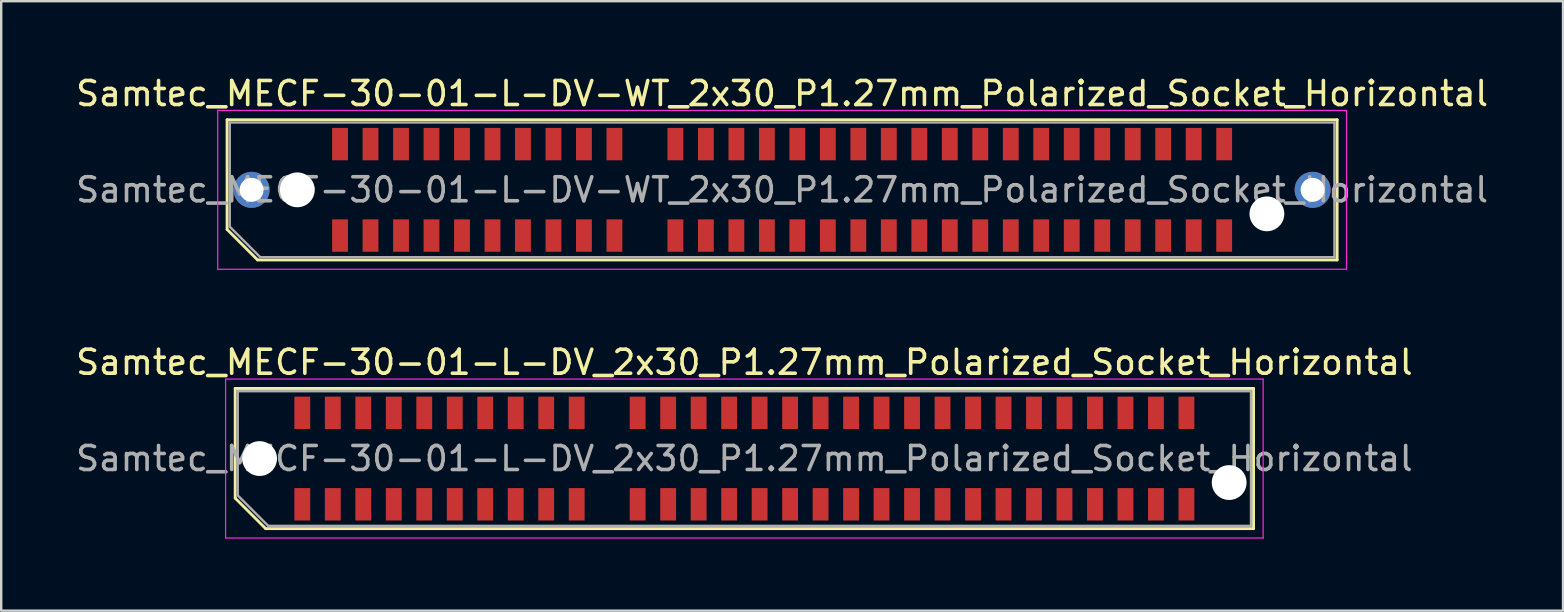
<source format=kicad_pcb>
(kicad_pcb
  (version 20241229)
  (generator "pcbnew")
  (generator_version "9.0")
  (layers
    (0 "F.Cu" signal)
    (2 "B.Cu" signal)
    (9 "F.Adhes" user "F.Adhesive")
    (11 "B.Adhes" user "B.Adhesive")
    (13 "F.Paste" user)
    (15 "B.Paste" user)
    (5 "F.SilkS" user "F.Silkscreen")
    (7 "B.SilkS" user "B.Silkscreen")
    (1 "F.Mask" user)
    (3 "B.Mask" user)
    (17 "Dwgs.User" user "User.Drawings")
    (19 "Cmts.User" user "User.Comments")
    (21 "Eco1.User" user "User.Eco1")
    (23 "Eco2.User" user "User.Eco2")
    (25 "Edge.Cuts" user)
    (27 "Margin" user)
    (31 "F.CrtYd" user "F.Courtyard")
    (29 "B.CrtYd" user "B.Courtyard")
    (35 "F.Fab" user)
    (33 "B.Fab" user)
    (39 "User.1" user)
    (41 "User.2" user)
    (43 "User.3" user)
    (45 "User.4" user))
  (footprint "Samtec_MECF-30-01-L-DV_2x30_P1.27mm_Polarized_Socket_Horizontal"
    (layer "F.Cu")
    (at 27.958 16.052)
    (property "Reference" "Samtec_MECF-30-01-L-DV_2x30_P1.27mm_Polarized_Socket_Horizontal" (at 0 -4.01 0) (layer "F.SilkS") (effects (font (size 1 1) (thickness 0.15))))
    (attr smd)
    (fp_line (start -21.21 -2.92) (end 21.21 -2.92) (stroke (width 0.12) (type solid)) (layer "F.SilkS"))
    (fp_line (start -21.21 1.65) (end -21.21 -2.92) (stroke (width 0.12) (type solid)) (layer "F.SilkS"))
    (fp_line (start -19.94 2.92) (end -21.21 1.65) (stroke (width 0.12) (type solid)) (layer "F.SilkS"))
    (fp_line (start -19.94 2.92) (end 21.21 2.92) (stroke (width 0.12) (type solid)) (layer "F.SilkS"))
    (fp_line (start 21.21 2.92) (end 21.21 -2.92) (stroke (width 0.12) (type solid)) (layer "F.SilkS"))
    (fp_line (start -21.61 -3.31) (end -21.61 3.31) (stroke (width 0.05) (type solid)) (layer "F.CrtYd"))
    (fp_line (start -21.61 3.31) (end 21.61 3.31) (stroke (width 0.05) (type solid)) (layer "F.CrtYd"))
    (fp_line (start 21.61 -3.31) (end -21.61 -3.31) (stroke (width 0.05) (type solid)) (layer "F.CrtYd"))
    (fp_line (start 21.61 3.31) (end 21.61 -3.31) (stroke (width 0.05) (type solid)) (layer "F.CrtYd"))
    (fp_line (start -21.105 -2.805) (end 21.105 -2.805) (stroke (width 0.1) (type solid)) (layer "F.Fab"))
    (fp_line (start -21.105 1.535) (end -21.105 -2.805) (stroke (width 0.1) (type solid)) (layer "F.Fab"))
    (fp_line (start -21.105 1.535) (end -19.835 2.805) (stroke (width 0.1) (type solid)) (layer "F.Fab"))
    (fp_line (start -19.835 2.805) (end 21.105 2.805) (stroke (width 0.1) (type solid)) (layer "F.Fab"))
    (fp_line (start 21.105 2.805) (end 21.105 -2.805) (stroke (width 0.1) (type solid)) (layer "F.Fab"))
    (fp_text user "${REFERENCE}" (at 0 0 0) (layer "F.Fab") (effects (font (size 1 1) (thickness 0.15))))
    (pad "" np_thru_hole circle (at -20.195 0) (size 1.45 1.45) (drill 1.45) (layers "*.Cu" "*.Mask"))
    (pad "" np_thru_hole circle (at 20.195 1) (size 1.45 1.45) (drill 1.45) (layers "*.Cu" "*.Mask"))
    (pad "1" smd rect (at -18.415 1.905) (size 0.66 1.35) (layers "F.Cu" "F.Mask" "F.Paste"))
    (pad "2" smd rect (at -18.415 -1.905) (size 0.66 1.35) (layers "F.Cu" "F.Mask" "F.Paste"))
    (pad "3" smd rect (at -17.145 1.905) (size 0.66 1.35) (layers "F.Cu" "F.Mask" "F.Paste"))
    (pad "4" smd rect (at -17.145 -1.905) (size 0.66 1.35) (layers "F.Cu" "F.Mask" "F.Paste"))
    (pad "5" smd rect (at -15.875 1.905) (size 0.66 1.35) (layers "F.Cu" "F.Mask" "F.Paste"))
    (pad "6" smd rect (at -15.875 -1.905) (size 0.66 1.35) (layers "F.Cu" "F.Mask" "F.Paste"))
    (pad "7" smd rect (at -14.605 1.905) (size 0.66 1.35) (layers "F.Cu" "F.Mask" "F.Paste"))
    (pad "8" smd rect (at -14.605 -1.905) (size 0.66 1.35) (layers "F.Cu" "F.Mask" "F.Paste"))
    (pad "9" smd rect (at -13.335 1.905) (size 0.66 1.35) (layers "F.Cu" "F.Mask" "F.Paste"))
    (pad "10" smd rect (at -13.335 -1.905) (size 0.66 1.35) (layers "F.Cu" "F.Mask" "F.Paste"))
    (pad "11" smd rect (at -12.065 1.905) (size 0.66 1.35) (layers "F.Cu" "F.Mask" "F.Paste"))
    (pad "12" smd rect (at -12.065 -1.905) (size 0.66 1.35) (layers "F.Cu" "F.Mask" "F.Paste"))
    (pad "13" smd rect (at -10.795 1.905) (size 0.66 1.35) (layers "F.Cu" "F.Mask" "F.Paste"))
    (pad "14" smd rect (at -10.795 -1.905) (size 0.66 1.35) (layers "F.Cu" "F.Mask" "F.Paste"))
    (pad "15" smd rect (at -9.525 1.905) (size 0.66 1.35) (layers "F.Cu" "F.Mask" "F.Paste"))
    (pad "16" smd rect (at -9.525 -1.905) (size 0.66 1.35) (layers "F.Cu" "F.Mask" "F.Paste"))
    (pad "17" smd rect (at -8.255 1.905) (size 0.66 1.35) (layers "F.Cu" "F.Mask" "F.Paste"))
    (pad "18" smd rect (at -8.255 -1.905) (size 0.66 1.35) (layers "F.Cu" "F.Mask" "F.Paste"))
    (pad "19" smd rect (at -6.985 1.905) (size 0.66 1.35) (layers "F.Cu" "F.Mask" "F.Paste"))
    (pad "20" smd rect (at -6.985 -1.905) (size 0.66 1.35) (layers "F.Cu" "F.Mask" "F.Paste"))
    (pad "23" smd rect (at -4.445 1.905) (size 0.66 1.35) (layers "F.Cu" "F.Mask" "F.Paste"))
    (pad "24" smd rect (at -4.445 -1.905) (size 0.66 1.35) (layers "F.Cu" "F.Mask" "F.Paste"))
    (pad "25" smd rect (at -3.175 1.905) (size 0.66 1.35) (layers "F.Cu" "F.Mask" "F.Paste"))
    (pad "26" smd rect (at -3.175 -1.905) (size 0.66 1.35) (layers "F.Cu" "F.Mask" "F.Paste"))
    (pad "27" smd rect (at -1.905 1.905) (size 0.66 1.35) (layers "F.Cu" "F.Mask" "F.Paste"))
    (pad "28" smd rect (at -1.905 -1.905) (size 0.66 1.35) (layers "F.Cu" "F.Mask" "F.Paste"))
    (pad "29" smd rect (at -0.635 1.905) (size 0.66 1.35) (layers "F.Cu" "F.Mask" "F.Paste"))
    (pad "30" smd rect (at -0.635 -1.905) (size 0.66 1.35) (layers "F.Cu" "F.Mask" "F.Paste"))
    (pad "31" smd rect (at 0.635 1.905) (size 0.66 1.35) (layers "F.Cu" "F.Mask" "F.Paste"))
    (pad "32" smd rect (at 0.635 -1.905) (size 0.66 1.35) (layers "F.Cu" "F.Mask" "F.Paste"))
    (pad "33" smd rect (at 1.905 1.905) (size 0.66 1.35) (layers "F.Cu" "F.Mask" "F.Paste"))
    (pad "34" smd rect (at 1.905 -1.905) (size 0.66 1.35) (layers "F.Cu" "F.Mask" "F.Paste"))
    (pad "35" smd rect (at 3.175 1.905) (size 0.66 1.35) (layers "F.Cu" "F.Mask" "F.Paste"))
    (pad "36" smd rect (at 3.175 -1.905) (size 0.66 1.35) (layers "F.Cu" "F.Mask" "F.Paste"))
    (pad "37" smd rect (at 4.445 1.905) (size 0.66 1.35) (layers "F.Cu" "F.Mask" "F.Paste"))
    (pad "38" smd rect (at 4.445 -1.905) (size 0.66 1.35) (layers "F.Cu" "F.Mask" "F.Paste"))
    (pad "39" smd rect (at 5.715 1.905) (size 0.66 1.35) (layers "F.Cu" "F.Mask" "F.Paste"))
    (pad "40" smd rect (at 5.715 -1.905) (size 0.66 1.35) (layers "F.Cu" "F.Mask" "F.Paste"))
    (pad "41" smd rect (at 6.985 1.905) (size 0.66 1.35) (layers "F.Cu" "F.Mask" "F.Paste"))
    (pad "42" smd rect (at 6.985 -1.905) (size 0.66 1.35) (layers "F.Cu" "F.Mask" "F.Paste"))
    (pad "43" smd rect (at 8.255 1.905) (size 0.66 1.35) (layers "F.Cu" "F.Mask" "F.Paste"))
    (pad "44" smd rect (at 8.255 -1.905) (size 0.66 1.35) (layers "F.Cu" "F.Mask" "F.Paste"))
    (pad "45" smd rect (at 9.525 1.905) (size 0.66 1.35) (layers "F.Cu" "F.Mask" "F.Paste"))
    (pad "46" smd rect (at 9.525 -1.905) (size 0.66 1.35) (layers "F.Cu" "F.Mask" "F.Paste"))
    (pad "47" smd rect (at 10.795 1.905) (size 0.66 1.35) (layers "F.Cu" "F.Mask" "F.Paste"))
    (pad "48" smd rect (at 10.795 -1.905) (size 0.66 1.35) (layers "F.Cu" "F.Mask" "F.Paste"))
    (pad "49" smd rect (at 12.065 1.905) (size 0.66 1.35) (layers "F.Cu" "F.Mask" "F.Paste"))
    (pad "50" smd rect (at 12.065 -1.905) (size 0.66 1.35) (layers "F.Cu" "F.Mask" "F.Paste"))
    (pad "51" smd rect (at 13.335 1.905) (size 0.66 1.35) (layers "F.Cu" "F.Mask" "F.Paste"))
    (pad "52" smd rect (at 13.335 -1.905) (size 0.66 1.35) (layers "F.Cu" "F.Mask" "F.Paste"))
    (pad "53" smd rect (at 14.605 1.905) (size 0.66 1.35) (layers "F.Cu" "F.Mask" "F.Paste"))
    (pad "54" smd rect (at 14.605 -1.905) (size 0.66 1.35) (layers "F.Cu" "F.Mask" "F.Paste"))
    (pad "55" smd rect (at 15.875 1.905) (size 0.66 1.35) (layers "F.Cu" "F.Mask" "F.Paste"))
    (pad "56" smd rect (at 15.875 -1.905) (size 0.66 1.35) (layers "F.Cu" "F.Mask" "F.Paste"))
    (pad "57" smd rect (at 17.145 1.905) (size 0.66 1.35) (layers "F.Cu" "F.Mask" "F.Paste"))
    (pad "58" smd rect (at 17.145 -1.905) (size 0.66 1.35) (layers "F.Cu" "F.Mask" "F.Paste"))
    (pad "59" smd rect (at 18.415 1.905) (size 0.66 1.35) (layers "F.Cu" "F.Mask" "F.Paste"))
    (pad "60" smd rect (at 18.415 -1.905) (size 0.66 1.35) (layers "F.Cu" "F.Mask" "F.Paste")))
  (footprint "Samtec_MECF-30-01-L-DV-WT_2x30_P1.27mm_Polarized_Socket_Horizontal"
    (layer "F.Cu")
    (at 29.53 4.858)
    (property "Reference" "Samtec_MECF-30-01-L-DV-WT_2x30_P1.27mm_Polarized_Socket_Horizontal" (at 0 -4.01 0) (layer "F.SilkS") (effects (font (size 1 1) (thickness 0.15))))
    (attr smd)
    (fp_line (start -23.12 -2.92) (end 23.12 -2.92) (stroke (width 0.12) (type solid)) (layer "F.SilkS"))
    (fp_line (start -23.12 1.65) (end -23.12 -2.92) (stroke (width 0.12) (type solid)) (layer "F.SilkS"))
    (fp_line (start -21.85 2.92) (end -23.12 1.65) (stroke (width 0.12) (type solid)) (layer "F.SilkS"))
    (fp_line (start -21.85 2.92) (end 23.12 2.92) (stroke (width 0.12) (type solid)) (layer "F.SilkS"))
    (fp_line (start 23.12 2.92) (end 23.12 -2.92) (stroke (width 0.12) (type solid)) (layer "F.SilkS"))
    (fp_line (start -23.51 -3.31) (end -23.51 3.31) (stroke (width 0.05) (type solid)) (layer "F.CrtYd"))
    (fp_line (start -23.51 3.31) (end 23.51 3.31) (stroke (width 0.05) (type solid)) (layer "F.CrtYd"))
    (fp_line (start 23.51 -3.31) (end -23.51 -3.31) (stroke (width 0.05) (type solid)) (layer "F.CrtYd"))
    (fp_line (start 23.51 3.31) (end 23.51 -3.31) (stroke (width 0.05) (type solid)) (layer "F.CrtYd"))
    (fp_line (start -23.01 -2.805) (end 23.01 -2.805) (stroke (width 0.1) (type solid)) (layer "F.Fab"))
    (fp_line (start -23.01 1.535) (end -23.01 -2.805) (stroke (width 0.1) (type solid)) (layer "F.Fab"))
    (fp_line (start -23.01 1.535) (end -21.74 2.805) (stroke (width 0.1) (type solid)) (layer "F.Fab"))
    (fp_line (start -21.74 2.805) (end 23.01 2.805) (stroke (width 0.1) (type solid)) (layer "F.Fab"))
    (fp_line (start 23.01 2.805) (end 23.01 -2.805) (stroke (width 0.1) (type solid)) (layer "F.Fab"))
    (fp_text user "${REFERENCE}" (at 0 0 0) (layer "F.Fab") (effects (font (size 1 1) (thickness 0.15))))
    (pad "" thru_hole circle (at -22.1 0) (size 1.5 1.5) (drill 1) (layers "*.Cu" "*.Mask"))
    (pad "" np_thru_hole circle (at -20.195 0) (size 1.45 1.45) (drill 1.45) (layers "*.Cu" "*.Mask"))
    (pad "" np_thru_hole circle (at 20.195 1) (size 1.45 1.45) (drill 1.45) (layers "*.Cu" "*.Mask"))
    (pad "" thru_hole circle (at 22.1 0) (size 1.5 1.5) (drill 1) (layers "*.Cu" "*.Mask"))
    (pad "1" smd rect (at -18.415 1.905) (size 0.66 1.35) (layers "F.Cu" "F.Mask" "F.Paste"))
    (pad "2" smd rect (at -18.415 -1.905) (size 0.66 1.35) (layers "F.Cu" "F.Mask" "F.Paste"))
    (pad "3" smd rect (at -17.145 1.905) (size 0.66 1.35) (layers "F.Cu" "F.Mask" "F.Paste"))
    (pad "4" smd rect (at -17.145 -1.905) (size 0.66 1.35) (layers "F.Cu" "F.Mask" "F.Paste"))
    (pad "5" smd rect (at -15.875 1.905) (size 0.66 1.35) (layers "F.Cu" "F.Mask" "F.Paste"))
    (pad "6" smd rect (at -15.875 -1.905) (size 0.66 1.35) (layers "F.Cu" "F.Mask" "F.Paste"))
    (pad "7" smd rect (at -14.605 1.905) (size 0.66 1.35) (layers "F.Cu" "F.Mask" "F.Paste"))
    (pad "8" smd rect (at -14.605 -1.905) (size 0.66 1.35) (layers "F.Cu" "F.Mask" "F.Paste"))
    (pad "9" smd rect (at -13.335 1.905) (size 0.66 1.35) (layers "F.Cu" "F.Mask" "F.Paste"))
    (pad "10" smd rect (at -13.335 -1.905) (size 0.66 1.35) (layers "F.Cu" "F.Mask" "F.Paste"))
    (pad "11" smd rect (at -12.065 1.905) (size 0.66 1.35) (layers "F.Cu" "F.Mask" "F.Paste"))
    (pad "12" smd rect (at -12.065 -1.905) (size 0.66 1.35) (layers "F.Cu" "F.Mask" "F.Paste"))
    (pad "13" smd rect (at -10.795 1.905) (size 0.66 1.35) (layers "F.Cu" "F.Mask" "F.Paste"))
    (pad "14" smd rect (at -10.795 -1.905) (size 0.66 1.35) (layers "F.Cu" "F.Mask" "F.Paste"))
    (pad "15" smd rect (at -9.525 1.905) (size 0.66 1.35) (layers "F.Cu" "F.Mask" "F.Paste"))
    (pad "16" smd rect (at -9.525 -1.905) (size 0.66 1.35) (layers "F.Cu" "F.Mask" "F.Paste"))
    (pad "17" smd rect (at -8.255 1.905) (size 0.66 1.35) (layers "F.Cu" "F.Mask" "F.Paste"))
    (pad "18" smd rect (at -8.255 -1.905) (size 0.66 1.35) (layers "F.Cu" "F.Mask" "F.Paste"))
    (pad "19" smd rect (at -6.985 1.905) (size 0.66 1.35) (layers "F.Cu" "F.Mask" "F.Paste"))
    (pad "20" smd rect (at -6.985 -1.905) (size 0.66 1.35) (layers "F.Cu" "F.Mask" "F.Paste"))
    (pad "23" smd rect (at -4.445 1.905) (size 0.66 1.35) (layers "F.Cu" "F.Mask" "F.Paste"))
    (pad "24" smd rect (at -4.445 -1.905) (size 0.66 1.35) (layers "F.Cu" "F.Mask" "F.Paste"))
    (pad "25" smd rect (at -3.175 1.905) (size 0.66 1.35) (layers "F.Cu" "F.Mask" "F.Paste"))
    (pad "26" smd rect (at -3.175 -1.905) (size 0.66 1.35) (layers "F.Cu" "F.Mask" "F.Paste"))
    (pad "27" smd rect (at -1.905 1.905) (size 0.66 1.35) (layers "F.Cu" "F.Mask" "F.Paste"))
    (pad "28" smd rect (at -1.905 -1.905) (size 0.66 1.35) (layers "F.Cu" "F.Mask" "F.Paste"))
    (pad "29" smd rect (at -0.635 1.905) (size 0.66 1.35) (layers "F.Cu" "F.Mask" "F.Paste"))
    (pad "30" smd rect (at -0.635 -1.905) (size 0.66 1.35) (layers "F.Cu" "F.Mask" "F.Paste"))
    (pad "31" smd rect (at 0.635 1.905) (size 0.66 1.35) (layers "F.Cu" "F.Mask" "F.Paste"))
    (pad "32" smd rect (at 0.635 -1.905) (size 0.66 1.35) (layers "F.Cu" "F.Mask" "F.Paste"))
    (pad "33" smd rect (at 1.905 1.905) (size 0.66 1.35) (layers "F.Cu" "F.Mask" "F.Paste"))
    (pad "34" smd rect (at 1.905 -1.905) (size 0.66 1.35) (layers "F.Cu" "F.Mask" "F.Paste"))
    (pad "35" smd rect (at 3.175 1.905) (size 0.66 1.35) (layers "F.Cu" "F.Mask" "F.Paste"))
    (pad "36" smd rect (at 3.175 -1.905) (size 0.66 1.35) (layers "F.Cu" "F.Mask" "F.Paste"))
    (pad "37" smd rect (at 4.445 1.905) (size 0.66 1.35) (layers "F.Cu" "F.Mask" "F.Paste"))
    (pad "38" smd rect (at 4.445 -1.905) (size 0.66 1.35) (layers "F.Cu" "F.Mask" "F.Paste"))
    (pad "39" smd rect (at 5.715 1.905) (size 0.66 1.35) (layers "F.Cu" "F.Mask" "F.Paste"))
    (pad "40" smd rect (at 5.715 -1.905) (size 0.66 1.35) (layers "F.Cu" "F.Mask" "F.Paste"))
    (pad "41" smd rect (at 6.985 1.905) (size 0.66 1.35) (layers "F.Cu" "F.Mask" "F.Paste"))
    (pad "42" smd rect (at 6.985 -1.905) (size 0.66 1.35) (layers "F.Cu" "F.Mask" "F.Paste"))
    (pad "43" smd rect (at 8.255 1.905) (size 0.66 1.35) (layers "F.Cu" "F.Mask" "F.Paste"))
    (pad "44" smd rect (at 8.255 -1.905) (size 0.66 1.35) (layers "F.Cu" "F.Mask" "F.Paste"))
    (pad "45" smd rect (at 9.525 1.905) (size 0.66 1.35) (layers "F.Cu" "F.Mask" "F.Paste"))
    (pad "46" smd rect (at 9.525 -1.905) (size 0.66 1.35) (layers "F.Cu" "F.Mask" "F.Paste"))
    (pad "47" smd rect (at 10.795 1.905) (size 0.66 1.35) (layers "F.Cu" "F.Mask" "F.Paste"))
    (pad "48" smd rect (at 10.795 -1.905) (size 0.66 1.35) (layers "F.Cu" "F.Mask" "F.Paste"))
    (pad "49" smd rect (at 12.065 1.905) (size 0.66 1.35) (layers "F.Cu" "F.Mask" "F.Paste"))
    (pad "50" smd rect (at 12.065 -1.905) (size 0.66 1.35) (layers "F.Cu" "F.Mask" "F.Paste"))
    (pad "51" smd rect (at 13.335 1.905) (size 0.66 1.35) (layers "F.Cu" "F.Mask" "F.Paste"))
    (pad "52" smd rect (at 13.335 -1.905) (size 0.66 1.35) (layers "F.Cu" "F.Mask" "F.Paste"))
    (pad "53" smd rect (at 14.605 1.905) (size 0.66 1.35) (layers "F.Cu" "F.Mask" "F.Paste"))
    (pad "54" smd rect (at 14.605 -1.905) (size 0.66 1.35) (layers "F.Cu" "F.Mask" "F.Paste"))
    (pad "55" smd rect (at 15.875 1.905) (size 0.66 1.35) (layers "F.Cu" "F.Mask" "F.Paste"))
    (pad "56" smd rect (at 15.875 -1.905) (size 0.66 1.35) (layers "F.Cu" "F.Mask" "F.Paste"))
    (pad "57" smd rect (at 17.145 1.905) (size 0.66 1.35) (layers "F.Cu" "F.Mask" "F.Paste"))
    (pad "58" smd rect (at 17.145 -1.905) (size 0.66 1.35) (layers "F.Cu" "F.Mask" "F.Paste"))
    (pad "59" smd rect (at 18.415 1.905) (size 0.66 1.35) (layers "F.Cu" "F.Mask" "F.Paste"))
    (pad "60" smd rect (at 18.415 -1.905) (size 0.66 1.35) (layers "F.Cu" "F.Mask" "F.Paste")))
  (gr_rect
    (start -3 -3)
    (end 62.06 22.387)
    (stroke (width 0.1) (type default))
    (fill no)
    (layer "Edge.Cuts")))
</source>
